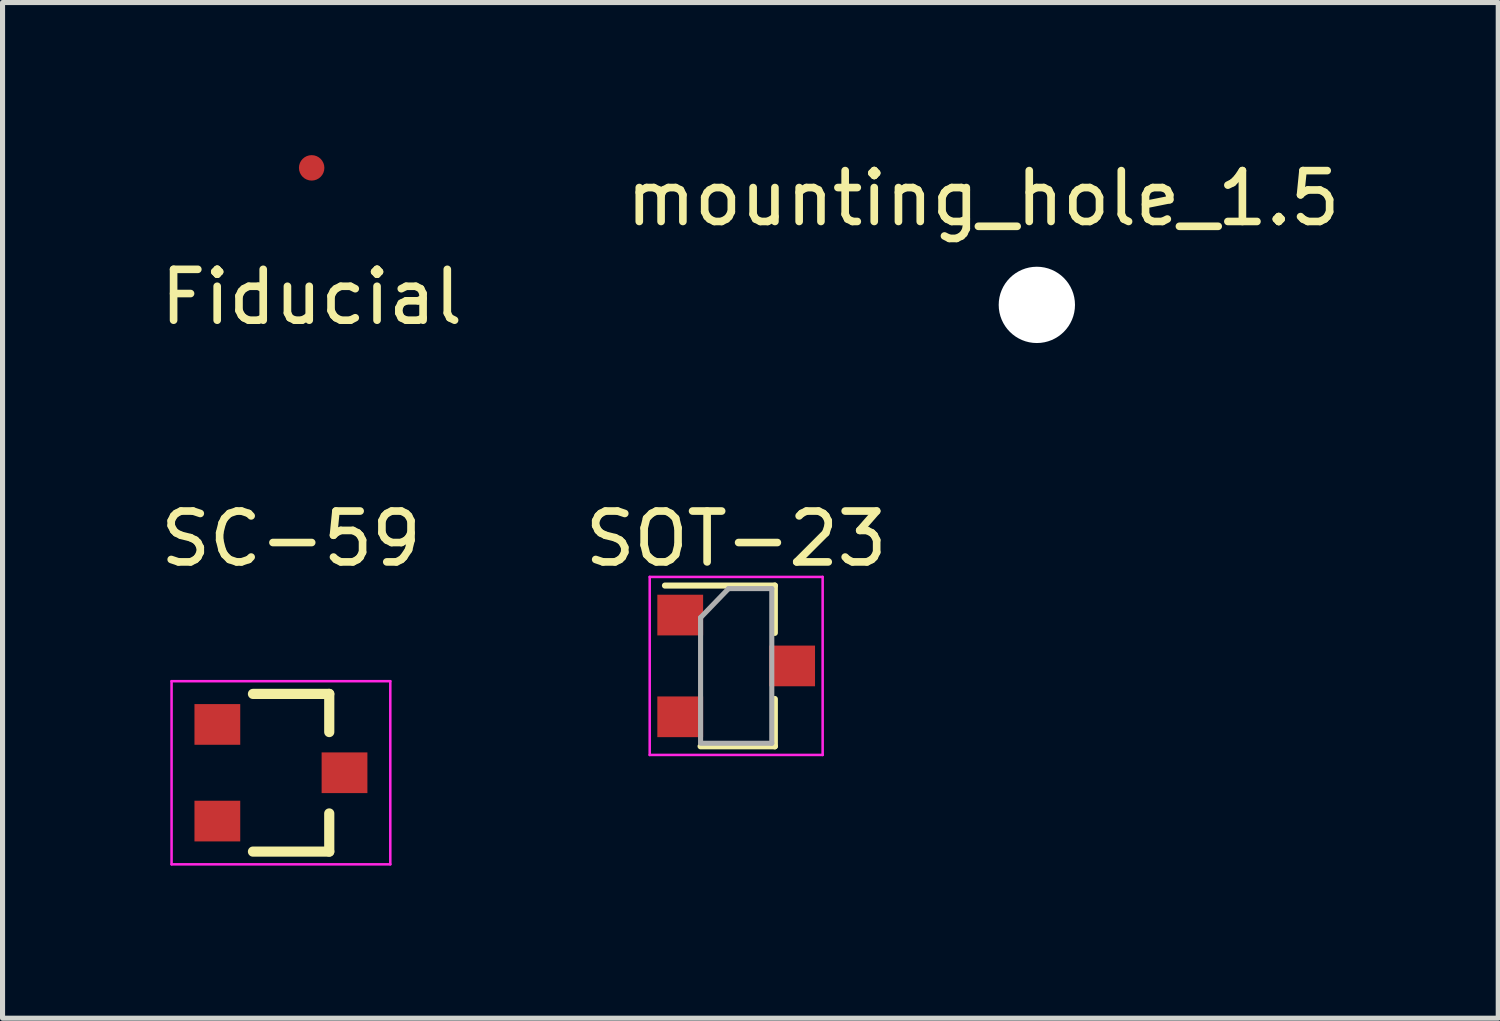
<source format=kicad_pcb>
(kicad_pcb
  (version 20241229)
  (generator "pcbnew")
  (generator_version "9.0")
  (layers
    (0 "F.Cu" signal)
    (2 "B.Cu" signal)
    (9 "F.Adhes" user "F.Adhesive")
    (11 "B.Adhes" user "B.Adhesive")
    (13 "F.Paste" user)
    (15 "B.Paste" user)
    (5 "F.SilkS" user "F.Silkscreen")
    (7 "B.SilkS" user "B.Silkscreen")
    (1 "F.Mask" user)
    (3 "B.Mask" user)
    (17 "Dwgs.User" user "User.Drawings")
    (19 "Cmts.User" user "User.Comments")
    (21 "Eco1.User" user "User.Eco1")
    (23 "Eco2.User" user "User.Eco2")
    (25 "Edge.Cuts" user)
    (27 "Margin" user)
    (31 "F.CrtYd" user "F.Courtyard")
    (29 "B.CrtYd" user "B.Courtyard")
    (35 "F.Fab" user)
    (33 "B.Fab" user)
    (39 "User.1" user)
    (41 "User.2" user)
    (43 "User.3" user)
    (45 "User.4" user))
  (footprint "mounting_hole_1.5"
    (layer "F.Cu")
    (at 17.334 2.944)
    (property "Reference" "mounting_hole_1.5" (at -1.054 -2.095 0) (layer "F.SilkS") (effects (font (size 1 1) (thickness 0.15))))
    (attr through_hole)
    (pad "" np_thru_hole circle (at 0 0) (size 1.5 1.5) (drill 1.5) (layers "*.Cu" "*.Mask")))
  (footprint "SC-59"
    (layer "F.Cu")
    (at 2.473 12.142)
    (property "Reference" "SC-59" (at 0.2 -4.6 0) (layer "F.SilkS") (effects (font (size 1 1) (thickness 0.15))))
    (attr through_hole)
    (fp_line (start 0.95 -1.55) (end -0.55 -1.55) (stroke (width 0.2) (type solid)) (layer "F.SilkS"))
    (fp_line (start 0.95 -0.8) (end 0.95 -1.55) (stroke (width 0.2) (type solid)) (layer "F.SilkS"))
    (fp_line (start 0.95 1.55) (end -0.55 1.55) (stroke (width 0.2) (type solid)) (layer "F.SilkS"))
    (fp_line (start 0.95 1.55) (end 0.95 0.8) (stroke (width 0.2) (type solid)) (layer "F.SilkS"))
    (fp_line (start -2.15 -1.8) (end 2.15 -1.8) (stroke (width 0.05) (type solid)) (layer "F.CrtYd"))
    (fp_line (start -2.15 1.8) (end -2.15 -1.8) (stroke (width 0.05) (type solid)) (layer "F.CrtYd"))
    (fp_line (start -2.15 1.8) (end 2.15 1.8) (stroke (width 0.05) (type solid)) (layer "F.CrtYd"))
    (fp_line (start 2.15 -1.8) (end 2.15 1.8) (stroke (width 0.05) (type solid)) (layer "F.CrtYd"))
    (pad "1" smd rect (at -1.25 -0.95) (size 0.9 0.8) (layers "F.Cu" "F.Mask" "F.Paste"))
    (pad "2" smd rect (at -1.25 0.95) (size 0.9 0.8) (layers "F.Cu" "F.Mask" "F.Paste"))
    (pad "3" smd rect (at 1.25 0) (size 0.9 0.8) (layers "F.Cu" "F.Mask" "F.Paste")))
  (footprint "SOT-23"
    (layer "F.Cu")
    (at 11.423 10.042)
    (property "Reference" "SOT-23" (at 0 -2.5 0) (layer "F.SilkS") (effects (font (size 1 1) (thickness 0.15))))
    (attr smd)
    (fp_line (start 0.76 -1.58) (end -1.4 -1.58) (stroke (width 0.12) (type solid)) (layer "F.SilkS"))
    (fp_line (start 0.76 -1.58) (end 0.76 -0.65) (stroke (width 0.12) (type solid)) (layer "F.SilkS"))
    (fp_line (start 0.76 1.58) (end -0.7 1.58) (stroke (width 0.12) (type solid)) (layer "F.SilkS"))
    (fp_line (start 0.76 1.58) (end 0.76 0.65) (stroke (width 0.12) (type solid)) (layer "F.SilkS"))
    (fp_line (start -1.7 -1.75) (end 1.7 -1.75) (stroke (width 0.05) (type solid)) (layer "F.CrtYd"))
    (fp_line (start -1.7 1.75) (end -1.7 -1.75) (stroke (width 0.05) (type solid)) (layer "F.CrtYd"))
    (fp_line (start 1.7 -1.75) (end 1.7 1.75) (stroke (width 0.05) (type solid)) (layer "F.CrtYd"))
    (fp_line (start 1.7 1.75) (end -1.7 1.75) (stroke (width 0.05) (type solid)) (layer "F.CrtYd"))
    (fp_line (start -0.7 -0.95) (end -0.7 1.5) (stroke (width 0.1) (type solid)) (layer "F.Fab"))
    (fp_line (start -0.7 -0.95) (end -0.15 -1.52) (stroke (width 0.1) (type solid)) (layer "F.Fab"))
    (fp_line (start -0.7 1.52) (end 0.7 1.52) (stroke (width 0.1) (type solid)) (layer "F.Fab"))
    (fp_line (start -0.15 -1.52) (end 0.7 -1.52) (stroke (width 0.1) (type solid)) (layer "F.Fab"))
    (fp_line (start 0.7 -1.52) (end 0.7 1.52) (stroke (width 0.1) (type solid)) (layer "F.Fab"))
    (pad "1" smd rect (at -1.1 -1) (size 0.9 0.8) (layers "F.Cu" "F.Mask" "F.Paste"))
    (pad "2" smd rect (at -1.1 1) (size 0.9 0.8) (layers "F.Cu" "F.Mask" "F.Paste"))
    (pad "3" smd rect (at 1.1 0) (size 0.9 0.8) (layers "F.Cu" "F.Mask" "F.Paste")))
  (footprint "Fiducial"
    (layer "F.Cu")
    (at 3.077 0.25)
    (property "Reference" "Fiducial" (at 0 2.54 0) (layer "F.SilkS") (effects (font (size 1 1) (thickness 0.15))))
    (attr through_hole)
    (pad "" smd circle (at 0 0) (size 0.5 0.5) (layers "F.Cu" "F.Mask")))
  (gr_rect
    (start -3 -3)
    (end 26.405 16.967)
    (stroke (width 0.1) (type default))
    (fill no)
    (layer "Edge.Cuts")))
</source>
